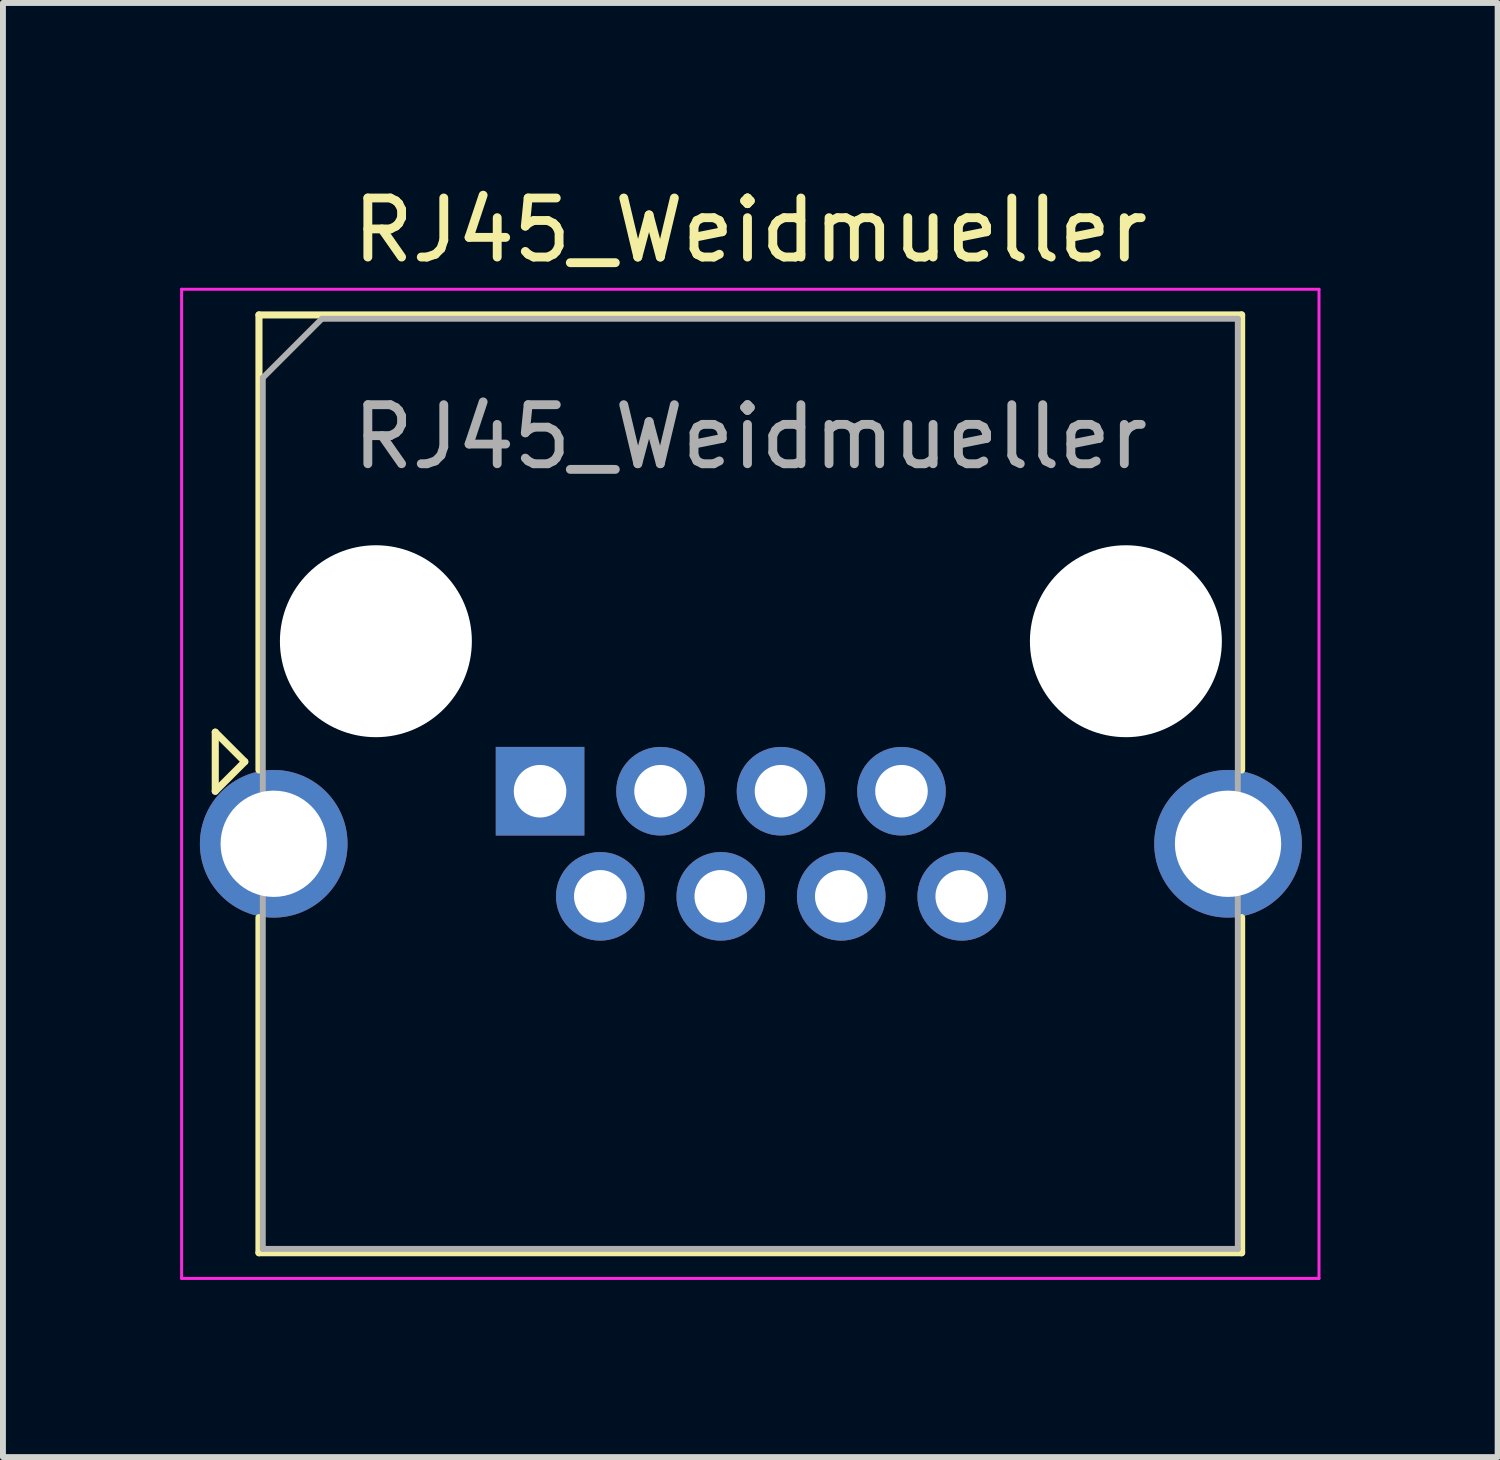
<source format=kicad_pcb>
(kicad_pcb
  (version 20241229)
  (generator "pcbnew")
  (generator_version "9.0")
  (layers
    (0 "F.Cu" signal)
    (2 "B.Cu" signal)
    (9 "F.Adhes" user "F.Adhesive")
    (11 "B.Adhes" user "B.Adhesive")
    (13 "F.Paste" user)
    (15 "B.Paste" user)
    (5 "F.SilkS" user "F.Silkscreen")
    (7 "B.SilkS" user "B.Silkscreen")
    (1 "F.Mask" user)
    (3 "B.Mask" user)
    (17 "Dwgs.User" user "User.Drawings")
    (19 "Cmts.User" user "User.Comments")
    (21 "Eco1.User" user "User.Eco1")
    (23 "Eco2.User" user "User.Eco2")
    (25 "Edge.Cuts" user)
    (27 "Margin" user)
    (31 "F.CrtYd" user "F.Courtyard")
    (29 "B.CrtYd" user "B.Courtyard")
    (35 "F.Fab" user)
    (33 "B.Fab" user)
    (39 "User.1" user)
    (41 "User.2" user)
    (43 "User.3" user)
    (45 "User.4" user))
  (footprint "RJ45_Weidmueller"
    (layer "F.Cu")
    (at 6.095 10.348)
    (property "Reference" "RJ45_Weidmueller" (at 3.56 -9.5 0) (layer "F.SilkS") (effects (font (size 1 1) (thickness 0.15))))
    (attr through_hole)
    (fp_line (start -5.5 -1) (end -5 -0.5) (stroke (width 0.12) (type solid)) (layer "F.SilkS"))
    (fp_line (start -5.5 0) (end -5.5 -1) (stroke (width 0.12) (type solid)) (layer "F.SilkS"))
    (fp_line (start -5 -0.5) (end -5.5 0) (stroke (width 0.12) (type solid)) (layer "F.SilkS"))
    (fp_line (start -4.76 -8.065) (end -4.76 -0.36) (stroke (width 0.12) (type solid)) (layer "F.SilkS"))
    (fp_line (start -4.76 -8.065) (end 11.88 -8.065) (stroke (width 0.12) (type solid)) (layer "F.SilkS"))
    (fp_line (start -4.76 7.815) (end -4.76 2.14) (stroke (width 0.12) (type solid)) (layer "F.SilkS"))
    (fp_line (start -4.76 7.815) (end 11.88 7.815) (stroke (width 0.12) (type solid)) (layer "F.SilkS"))
    (fp_line (start 11.88 -8.065) (end 11.88 -0.36) (stroke (width 0.12) (type solid)) (layer "F.SilkS"))
    (fp_line (start 11.88 7.815) (end 11.88 2.14) (stroke (width 0.12) (type solid)) (layer "F.SilkS"))
    (fp_line (start -6.07 -8.5) (end -6.07 8.25) (stroke (width 0.05) (type solid)) (layer "F.CrtYd"))
    (fp_line (start -6.07 -8.5) (end 13.19 -8.5) (stroke (width 0.05) (type solid)) (layer "F.CrtYd"))
    (fp_line (start -6.07 8.25) (end 13.19 8.25) (stroke (width 0.05) (type solid)) (layer "F.CrtYd"))
    (fp_line (start 13.19 -8.5) (end 13.19 8.25) (stroke (width 0.05) (type solid)) (layer "F.CrtYd"))
    (fp_line (start -4.695 -7) (end -4.695 7.75) (stroke (width 0.1) (type solid)) (layer "F.Fab"))
    (fp_line (start -4.695 -7) (end -3.695 -8) (stroke (width 0.1) (type solid)) (layer "F.Fab"))
    (fp_line (start -4.695 7.75) (end 11.815 7.75) (stroke (width 0.1) (type solid)) (layer "F.Fab"))
    (fp_line (start -3.695 -8) (end 11.815 -8) (stroke (width 0.1) (type solid)) (layer "F.Fab"))
    (fp_line (start 11.815 -8) (end 11.815 7.75) (stroke (width 0.1) (type solid)) (layer "F.Fab"))
    (fp_text user "${REFERENCE}" (at 3.56 -6 0) (layer "F.Fab") (effects (font (size 1 1) (thickness 0.15))))
    (pad "" np_thru_hole circle (at -2.78 -2.54) (size 3.25 3.25) (drill 3.25) (layers "*.Cu" "*.Mask"))
    (pad "" np_thru_hole circle (at 9.92 -2.54) (size 3.25 3.25) (drill 3.25) (layers "*.Cu" "*.Mask"))
    (pad "1" thru_hole rect (at 0 0) (size 1.5 1.5) (drill 0.89) (layers "*.Cu" "*.Mask"))
    (pad "2" thru_hole circle (at 1.02 1.78) (size 1.5 1.5) (drill 0.89) (layers "*.Cu" "*.Mask"))
    (pad "3" thru_hole circle (at 2.04 0) (size 1.5 1.5) (drill 0.89) (layers "*.Cu" "*.Mask"))
    (pad "4" thru_hole circle (at 3.06 1.78) (size 1.5 1.5) (drill 0.89) (layers "*.Cu" "*.Mask"))
    (pad "5" thru_hole circle (at 4.08 0) (size 1.5 1.5) (drill 0.89) (layers "*.Cu" "*.Mask"))
    (pad "6" thru_hole circle (at 5.1 1.78) (size 1.5 1.5) (drill 0.89) (layers "*.Cu" "*.Mask"))
    (pad "7" thru_hole circle (at 6.12 0) (size 1.5 1.5) (drill 0.89) (layers "*.Cu" "*.Mask"))
    (pad "8" thru_hole circle (at 7.14 1.78) (size 1.5 1.5) (drill 0.89) (layers "*.Cu" "*.Mask"))
    (pad "SH" thru_hole circle (at -4.51 0.89) (size 2.5 2.5) (drill 1.8) (layers "*.Cu" "*.Mask"))
    (pad "SH" thru_hole circle (at 11.65 0.89) (size 2.5 2.5) (drill 1.8) (layers "*.Cu" "*.Mask")))
  (gr_rect
    (start -3 -3)
    (end 22.31 21.623)
    (stroke (width 0.1) (type default))
    (fill no)
    (layer "Edge.Cuts")))
</source>
